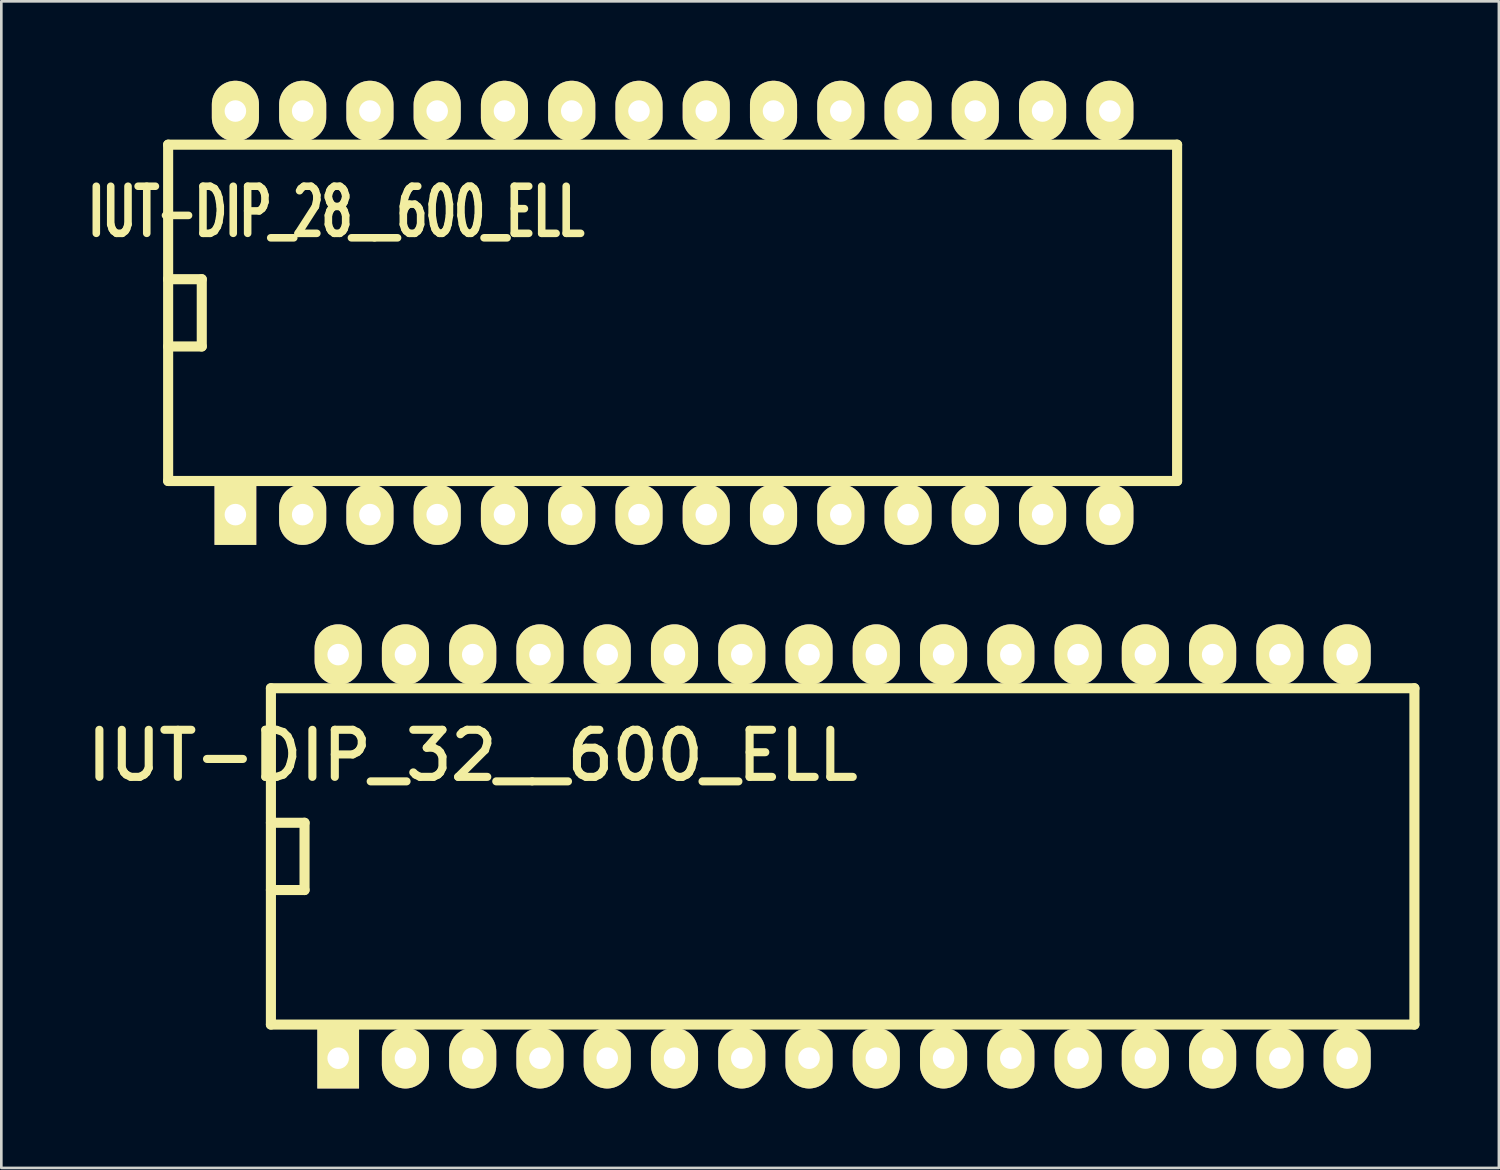
<source format=kicad_pcb>
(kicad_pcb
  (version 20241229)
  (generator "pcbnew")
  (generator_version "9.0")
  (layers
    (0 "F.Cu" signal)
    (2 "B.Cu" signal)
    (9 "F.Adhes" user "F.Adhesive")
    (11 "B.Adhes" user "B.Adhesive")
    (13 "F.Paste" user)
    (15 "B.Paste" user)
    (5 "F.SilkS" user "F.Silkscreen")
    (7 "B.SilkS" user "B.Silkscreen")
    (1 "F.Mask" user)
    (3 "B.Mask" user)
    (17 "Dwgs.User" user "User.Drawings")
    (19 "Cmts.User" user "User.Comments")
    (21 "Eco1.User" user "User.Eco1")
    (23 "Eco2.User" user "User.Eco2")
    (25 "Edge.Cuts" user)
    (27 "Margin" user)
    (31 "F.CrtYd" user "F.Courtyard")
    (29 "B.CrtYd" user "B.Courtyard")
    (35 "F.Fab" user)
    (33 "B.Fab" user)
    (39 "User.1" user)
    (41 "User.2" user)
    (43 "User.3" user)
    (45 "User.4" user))
  (footprint "IUT-DIP_28__600_ELL"
    (layer "F.Cu")
    (at 22.349 8.763)
    (property "Reference" "IUT-DIP_28__600_ELL" (at -12.7 -3.81 0) (layer "F.SilkS") (effects (font (size 1.778 1.143) (thickness 0.305))))
    (attr through_hole)
    (fp_line (start -19.05 -6.35) (end 19.05 -6.35) (stroke (width 0.381) (type solid)) (layer "F.SilkS"))
    (fp_line (start -19.05 -1.27) (end -19.05 -1.27) (stroke (width 0.381) (type solid)) (layer "F.SilkS"))
    (fp_line (start -19.05 -1.27) (end -17.78 -1.27) (stroke (width 0.381) (type solid)) (layer "F.SilkS"))
    (fp_line (start -19.05 6.35) (end -19.05 -6.35) (stroke (width 0.381) (type solid)) (layer "F.SilkS"))
    (fp_line (start -17.78 -1.27) (end -17.78 1.27) (stroke (width 0.381) (type solid)) (layer "F.SilkS"))
    (fp_line (start -17.78 1.27) (end -19.05 1.27) (stroke (width 0.381) (type solid)) (layer "F.SilkS"))
    (fp_line (start 19.05 -6.35) (end 19.05 6.35) (stroke (width 0.381) (type solid)) (layer "F.SilkS"))
    (fp_line (start 19.05 6.35) (end -19.05 6.35) (stroke (width 0.381) (type solid)) (layer "F.SilkS"))
    (pad "1" thru_hole rect (at -16.51 7.62) (size 1.575 2.286) (drill 0.813) (layers "*.Cu" "*.Mask" "F.SilkS"))
    (pad "2" thru_hole oval (at -13.97 7.62) (size 1.778 2.286) (drill 0.813) (layers "*.Cu" "*.Mask" "F.SilkS"))
    (pad "3" thru_hole oval (at -11.43 7.62) (size 1.778 2.286) (drill 0.813) (layers "*.Cu" "*.Mask" "F.SilkS"))
    (pad "4" thru_hole oval (at -8.89 7.62) (size 1.778 2.286) (drill 0.813) (layers "*.Cu" "*.Mask" "F.SilkS"))
    (pad "5" thru_hole oval (at -6.35 7.62) (size 1.778 2.286) (drill 0.813) (layers "*.Cu" "*.Mask" "F.SilkS"))
    (pad "6" thru_hole oval (at -3.81 7.62) (size 1.778 2.286) (drill 0.813) (layers "*.Cu" "*.Mask" "F.SilkS"))
    (pad "7" thru_hole oval (at -1.27 7.62) (size 1.778 2.286) (drill 0.813) (layers "*.Cu" "*.Mask" "F.SilkS"))
    (pad "8" thru_hole oval (at 1.27 7.62) (size 1.778 2.286) (drill 0.813) (layers "*.Cu" "*.Mask" "F.SilkS"))
    (pad "9" thru_hole oval (at 3.81 7.62) (size 1.778 2.286) (drill 0.813) (layers "*.Cu" "*.Mask" "F.SilkS"))
    (pad "10" thru_hole oval (at 6.35 7.62) (size 1.778 2.286) (drill 0.813) (layers "*.Cu" "*.Mask" "F.SilkS"))
    (pad "11" thru_hole oval (at 8.89 7.62) (size 1.778 2.286) (drill 0.813) (layers "*.Cu" "*.Mask" "F.SilkS"))
    (pad "12" thru_hole oval (at 11.43 7.62) (size 1.778 2.286) (drill 0.813) (layers "*.Cu" "*.Mask" "F.SilkS"))
    (pad "13" thru_hole oval (at 13.97 7.62) (size 1.778 2.286) (drill 0.813) (layers "*.Cu" "*.Mask" "F.SilkS"))
    (pad "14" thru_hole oval (at 16.51 7.62) (size 1.778 2.286) (drill 0.813) (layers "*.Cu" "*.Mask" "F.SilkS"))
    (pad "15" thru_hole oval (at 16.51 -7.62) (size 1.778 2.286) (drill 0.813) (layers "*.Cu" "*.Mask" "F.SilkS"))
    (pad "16" thru_hole oval (at 13.97 -7.62) (size 1.778 2.286) (drill 0.813) (layers "*.Cu" "*.Mask" "F.SilkS"))
    (pad "17" thru_hole oval (at 11.43 -7.62) (size 1.778 2.286) (drill 0.813) (layers "*.Cu" "*.Mask" "F.SilkS"))
    (pad "18" thru_hole oval (at 8.89 -7.62) (size 1.778 2.286) (drill 0.813) (layers "*.Cu" "*.Mask" "F.SilkS"))
    (pad "19" thru_hole oval (at 6.35 -7.62) (size 1.778 2.286) (drill 0.813) (layers "*.Cu" "*.Mask" "F.SilkS"))
    (pad "20" thru_hole oval (at 3.81 -7.62) (size 1.778 2.286) (drill 0.813) (layers "*.Cu" "*.Mask" "F.SilkS"))
    (pad "21" thru_hole oval (at 1.27 -7.62) (size 1.778 2.286) (drill 0.813) (layers "*.Cu" "*.Mask" "F.SilkS"))
    (pad "22" thru_hole oval (at -1.27 -7.62) (size 1.778 2.286) (drill 0.813) (layers "*.Cu" "*.Mask" "F.SilkS"))
    (pad "23" thru_hole oval (at -3.81 -7.62) (size 1.778 2.286) (drill 0.813) (layers "*.Cu" "*.Mask" "F.SilkS"))
    (pad "24" thru_hole oval (at -6.35 -7.62) (size 1.778 2.286) (drill 0.813) (layers "*.Cu" "*.Mask" "F.SilkS"))
    (pad "25" thru_hole oval (at -8.89 -7.62) (size 1.778 2.286) (drill 0.813) (layers "*.Cu" "*.Mask" "F.SilkS"))
    (pad "26" thru_hole oval (at -11.43 -7.62) (size 1.778 2.286) (drill 0.813) (layers "*.Cu" "*.Mask" "F.SilkS"))
    (pad "27" thru_hole oval (at -13.97 -7.62) (size 1.778 2.286) (drill 0.813) (layers "*.Cu" "*.Mask" "F.SilkS"))
    (pad "28" thru_hole oval (at -16.51 -7.62) (size 1.778 2.286) (drill 0.813) (layers "*.Cu" "*.Mask" "F.SilkS")))
  (footprint "IUT-DIP_32__600_ELL"
    (layer "F.Cu")
    (at 28.77 29.289)
    (property "Reference" "IUT-DIP_32__600_ELL" (at -13.97 -3.81 0) (layer "F.SilkS") (effects (font (size 1.778 1.778) (thickness 0.305))))
    (attr through_hole)
    (fp_line (start -21.59 -6.35) (end 21.59 -6.35) (stroke (width 0.381) (type solid)) (layer "F.SilkS"))
    (fp_line (start -21.59 1.27) (end -20.32 1.27) (stroke (width 0.381) (type solid)) (layer "F.SilkS"))
    (fp_line (start -21.59 6.35) (end -21.59 -6.35) (stroke (width 0.381) (type solid)) (layer "F.SilkS"))
    (fp_line (start -20.32 -1.27) (end -21.59 -1.27) (stroke (width 0.381) (type solid)) (layer "F.SilkS"))
    (fp_line (start -20.32 1.27) (end -20.32 -1.27) (stroke (width 0.381) (type solid)) (layer "F.SilkS"))
    (fp_line (start 21.59 -6.35) (end 21.59 6.35) (stroke (width 0.381) (type solid)) (layer "F.SilkS"))
    (fp_line (start 21.59 6.35) (end -21.59 6.35) (stroke (width 0.381) (type solid)) (layer "F.SilkS"))
    (pad "1" thru_hole rect (at -19.05 7.62) (size 1.575 2.286) (drill 0.813) (layers "*.Cu" "*.Mask" "F.SilkS"))
    (pad "2" thru_hole oval (at -16.51 7.62) (size 1.778 2.286) (drill 0.813) (layers "*.Cu" "*.Mask" "F.SilkS"))
    (pad "3" thru_hole oval (at -13.97 7.62) (size 1.778 2.286) (drill 0.813) (layers "*.Cu" "*.Mask" "F.SilkS"))
    (pad "4" thru_hole oval (at -11.43 7.62) (size 1.778 2.286) (drill 0.813) (layers "*.Cu" "*.Mask" "F.SilkS"))
    (pad "5" thru_hole oval (at -8.89 7.62) (size 1.778 2.286) (drill 0.813) (layers "*.Cu" "*.Mask" "F.SilkS"))
    (pad "6" thru_hole oval (at -6.35 7.62) (size 1.778 2.286) (drill 0.813) (layers "*.Cu" "*.Mask" "F.SilkS"))
    (pad "7" thru_hole oval (at -3.81 7.62) (size 1.778 2.286) (drill 0.813) (layers "*.Cu" "*.Mask" "F.SilkS"))
    (pad "8" thru_hole oval (at -1.27 7.62) (size 1.778 2.286) (drill 0.813) (layers "*.Cu" "*.Mask" "F.SilkS"))
    (pad "9" thru_hole oval (at 1.27 7.62) (size 1.778 2.286) (drill 0.813) (layers "*.Cu" "*.Mask" "F.SilkS"))
    (pad "10" thru_hole oval (at 3.81 7.62) (size 1.778 2.286) (drill 0.813) (layers "*.Cu" "*.Mask" "F.SilkS"))
    (pad "11" thru_hole oval (at 6.35 7.62) (size 1.778 2.286) (drill 0.813) (layers "*.Cu" "*.Mask" "F.SilkS"))
    (pad "12" thru_hole oval (at 8.89 7.62) (size 1.778 2.286) (drill 0.813) (layers "*.Cu" "*.Mask" "F.SilkS"))
    (pad "13" thru_hole oval (at 11.43 7.62) (size 1.778 2.286) (drill 0.813) (layers "*.Cu" "*.Mask" "F.SilkS"))
    (pad "14" thru_hole oval (at 13.97 7.62) (size 1.778 2.286) (drill 0.813) (layers "*.Cu" "*.Mask" "F.SilkS"))
    (pad "15" thru_hole oval (at 16.51 7.62) (size 1.778 2.286) (drill 0.813) (layers "*.Cu" "*.Mask" "F.SilkS"))
    (pad "16" thru_hole oval (at 19.05 7.62) (size 1.778 2.286) (drill 0.813) (layers "*.Cu" "*.Mask" "F.SilkS"))
    (pad "17" thru_hole oval (at 19.05 -7.62) (size 1.778 2.286) (drill 0.813) (layers "*.Cu" "*.Mask" "F.SilkS"))
    (pad "18" thru_hole oval (at 16.51 -7.62) (size 1.778 2.286) (drill 0.813) (layers "*.Cu" "*.Mask" "F.SilkS"))
    (pad "19" thru_hole oval (at 13.97 -7.62) (size 1.778 2.286) (drill 0.813) (layers "*.Cu" "*.Mask" "F.SilkS"))
    (pad "20" thru_hole oval (at 11.43 -7.62) (size 1.778 2.286) (drill 0.813) (layers "*.Cu" "*.Mask" "F.SilkS"))
    (pad "21" thru_hole oval (at 8.89 -7.62) (size 1.778 2.286) (drill 0.813) (layers "*.Cu" "*.Mask" "F.SilkS"))
    (pad "22" thru_hole oval (at 6.35 -7.62) (size 1.778 2.286) (drill 0.813) (layers "*.Cu" "*.Mask" "F.SilkS"))
    (pad "23" thru_hole oval (at 3.81 -7.62) (size 1.778 2.286) (drill 0.813) (layers "*.Cu" "*.Mask" "F.SilkS"))
    (pad "24" thru_hole oval (at 1.27 -7.62) (size 1.778 2.286) (drill 0.813) (layers "*.Cu" "*.Mask" "F.SilkS"))
    (pad "25" thru_hole oval (at -1.27 -7.62) (size 1.778 2.286) (drill 0.813) (layers "*.Cu" "*.Mask" "F.SilkS"))
    (pad "26" thru_hole oval (at -3.81 -7.62) (size 1.778 2.286) (drill 0.813) (layers "*.Cu" "*.Mask" "F.SilkS"))
    (pad "27" thru_hole oval (at -6.35 -7.62) (size 1.778 2.286) (drill 0.813) (layers "*.Cu" "*.Mask" "F.SilkS"))
    (pad "28" thru_hole oval (at -8.89 -7.62) (size 1.778 2.286) (drill 0.813) (layers "*.Cu" "*.Mask" "F.SilkS"))
    (pad "29" thru_hole oval (at -11.43 -7.62) (size 1.778 2.286) (drill 0.813) (layers "*.Cu" "*.Mask" "F.SilkS"))
    (pad "30" thru_hole oval (at -13.97 -7.62) (size 1.778 2.286) (drill 0.813) (layers "*.Cu" "*.Mask" "F.SilkS"))
    (pad "31" thru_hole oval (at -16.51 -7.62) (size 1.778 2.286) (drill 0.813) (layers "*.Cu" "*.Mask" "F.SilkS"))
    (pad "32" thru_hole oval (at -19.05 -7.62) (size 1.778 2.286) (drill 0.813) (layers "*.Cu" "*.Mask" "F.SilkS")))
  (gr_rect
    (start -3 -3)
    (end 53.55 41.052)
    (stroke (width 0.1) (type default))
    (fill no)
    (layer "Edge.Cuts")))
</source>
